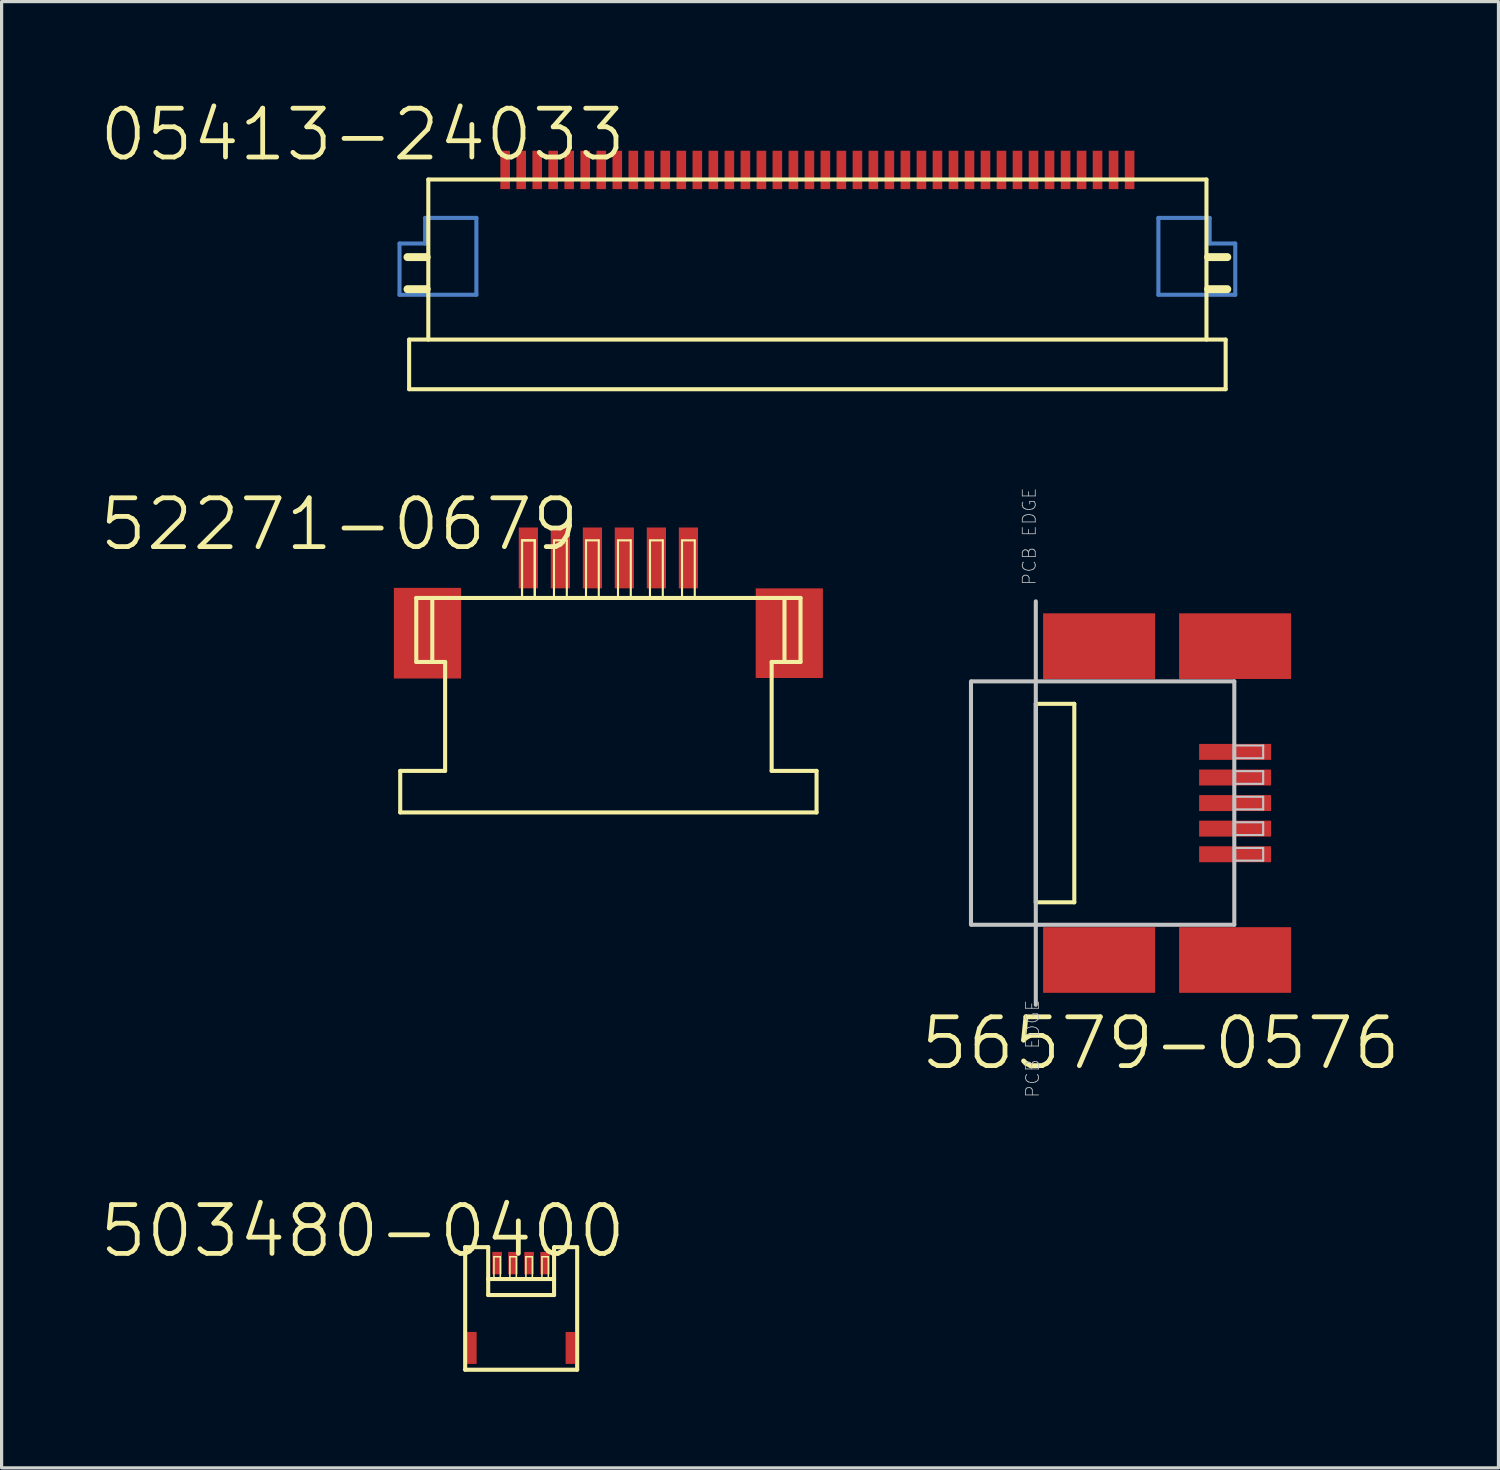
<source format=kicad_pcb>
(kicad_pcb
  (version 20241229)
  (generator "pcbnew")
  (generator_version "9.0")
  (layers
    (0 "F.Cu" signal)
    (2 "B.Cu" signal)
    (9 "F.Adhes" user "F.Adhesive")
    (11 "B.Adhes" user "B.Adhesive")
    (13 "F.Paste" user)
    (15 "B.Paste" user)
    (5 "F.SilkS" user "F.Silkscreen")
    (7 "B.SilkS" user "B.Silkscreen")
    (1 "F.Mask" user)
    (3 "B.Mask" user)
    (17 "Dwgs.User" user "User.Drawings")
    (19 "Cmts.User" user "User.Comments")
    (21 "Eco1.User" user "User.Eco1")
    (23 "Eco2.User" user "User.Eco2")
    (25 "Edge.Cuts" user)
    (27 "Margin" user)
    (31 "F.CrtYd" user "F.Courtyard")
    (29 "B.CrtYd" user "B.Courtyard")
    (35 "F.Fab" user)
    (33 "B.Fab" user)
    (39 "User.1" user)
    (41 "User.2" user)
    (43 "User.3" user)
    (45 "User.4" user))
  (footprint "56579-0576"
    (layer "F.Cu")
    (at 33.393 22.026)
    (property "Reference" "56579-0576" (at -0.2 7.5 0) (layer "F.SilkS") (effects (font (size 1.524 1.524) (thickness 0.15))))
    (attr smd)
    (fp_line (start -4.1 -3.099) (end -2.898 -3.099) (stroke (width 0.127) (type solid)) (layer "F.SilkS"))
    (fp_line (start -4.1 3.099) (end -4.1 -3.099) (stroke (width 0.127) (type solid)) (layer "F.SilkS"))
    (fp_line (start -2.898 -3.099) (end -2.898 3.099) (stroke (width 0.127) (type solid)) (layer "F.SilkS"))
    (fp_line (start -2.898 3.099) (end -4.1 3.099) (stroke (width 0.127) (type solid)) (layer "F.SilkS"))
    (fp_line (start -6.124 -3.8) (end -6.124 3.8) (stroke (width 0.127) (type solid)) (layer "Dwgs.User"))
    (fp_line (start -6.099 -3.8) (end 2.098 -3.8) (stroke (width 0.127) (type solid)) (layer "Dwgs.User"))
    (fp_line (start -4.1 -6.299) (end -4.1 6.299) (stroke (width 0.127) (type solid)) (layer "Dwgs.User"))
    (fp_line (start 2.098 -3.8) (end 2.098 3.8) (stroke (width 0.127) (type solid)) (layer "Dwgs.User"))
    (fp_line (start 2.098 -1.798) (end 3 -1.798) (stroke (width 0.066) (type solid)) (layer "Dwgs.User"))
    (fp_line (start 2.098 -1.4) (end 2.098 -1.798) (stroke (width 0.066) (type solid)) (layer "Dwgs.User"))
    (fp_line (start 2.098 -1.4) (end 3 -1.4) (stroke (width 0.066) (type solid)) (layer "Dwgs.User"))
    (fp_line (start 2.098 -0.998) (end 3 -0.998) (stroke (width 0.066) (type solid)) (layer "Dwgs.User"))
    (fp_line (start 2.098 -0.599) (end 2.098 -0.998) (stroke (width 0.066) (type solid)) (layer "Dwgs.User"))
    (fp_line (start 2.098 -0.599) (end 3 -0.599) (stroke (width 0.066) (type solid)) (layer "Dwgs.User"))
    (fp_line (start 2.098 -0.198) (end 3 -0.198) (stroke (width 0.066) (type solid)) (layer "Dwgs.User"))
    (fp_line (start 2.098 0.198) (end 2.098 -0.198) (stroke (width 0.066) (type solid)) (layer "Dwgs.User"))
    (fp_line (start 2.098 0.198) (end 3 0.198) (stroke (width 0.066) (type solid)) (layer "Dwgs.User"))
    (fp_line (start 2.098 0.599) (end 3 0.599) (stroke (width 0.066) (type solid)) (layer "Dwgs.User"))
    (fp_line (start 2.098 0.998) (end 2.098 0.599) (stroke (width 0.066) (type solid)) (layer "Dwgs.User"))
    (fp_line (start 2.098 0.998) (end 3 0.998) (stroke (width 0.066) (type solid)) (layer "Dwgs.User"))
    (fp_line (start 2.098 1.4) (end 3 1.4) (stroke (width 0.066) (type solid)) (layer "Dwgs.User"))
    (fp_line (start 2.098 1.798) (end 2.098 1.4) (stroke (width 0.066) (type solid)) (layer "Dwgs.User"))
    (fp_line (start 2.098 1.798) (end 3 1.798) (stroke (width 0.066) (type solid)) (layer "Dwgs.User"))
    (fp_line (start 2.098 3.8) (end -6.099 3.8) (stroke (width 0.127) (type solid)) (layer "Dwgs.User"))
    (fp_line (start 3 -1.4) (end 3 -1.798) (stroke (width 0.066) (type solid)) (layer "Dwgs.User"))
    (fp_line (start 3 -0.599) (end 3 -0.998) (stroke (width 0.066) (type solid)) (layer "Dwgs.User"))
    (fp_line (start 3 0.198) (end 3 -0.198) (stroke (width 0.066) (type solid)) (layer "Dwgs.User"))
    (fp_line (start 3 0.998) (end 3 0.599) (stroke (width 0.066) (type solid)) (layer "Dwgs.User"))
    (fp_line (start 3 1.798) (end 3 1.4) (stroke (width 0.066) (type solid)) (layer "Dwgs.User"))
    (fp_text user "PCB EDGE" (at -4.201 7.673 90) (layer "Dwgs.User") (effects (font (size 0.406 0.406) (thickness 0.025))))
    (fp_text user "PCB EDGE" (at -4.303 -8.324 90) (layer "Dwgs.User") (effects (font (size 0.406 0.406) (thickness 0.025))))
    (pad "D+" smd rect (at 2.123 0) (size 2.248 0.498) (layers "F.Cu" "F.Mask" "F.Paste"))
    (pad "D-" smd rect (at 2.123 -0.798) (size 2.248 0.498) (layers "F.Cu" "F.Mask" "F.Paste"))
    (pad "GND" smd rect (at 2.123 1.598) (size 2.248 0.498) (layers "F.Cu" "F.Mask" "F.Paste"))
    (pad "ID" smd rect (at 2.123 0.798) (size 2.248 0.498) (layers "F.Cu" "F.Mask" "F.Paste"))
    (pad "SHLD" smd rect (at -2.123 -4.9) (size 3.498 2.05) (layers "F.Cu" "F.Mask" "F.Paste"))
    (pad "SHLD" smd rect (at -2.123 4.9) (size 3.498 2.05) (layers "F.Cu" "F.Mask" "F.Paste"))
    (pad "SHLD" smd rect (at 2.123 -4.9) (size 3.498 2.05) (layers "F.Cu" "F.Mask" "F.Paste"))
    (pad "SHLD" smd rect (at 2.123 4.9) (size 3.498 2.05) (layers "F.Cu" "F.Mask" "F.Paste"))
    (pad "VBUS" smd rect (at 2.123 -1.598) (size 2.248 0.498) (layers "F.Cu" "F.Mask" "F.Paste")))
  (footprint "52271-0679"
    (layer "F.Cu")
    (at 15.947 15.321)
    (property "Reference" "52271-0679" (at -8.4 -2 0) (layer "F.SilkS") (effects (font (size 1.524 1.524) (thickness 0.15))))
    (attr smd)
    (fp_line (start -6.5 5.7) (end -6.5 6.998) (stroke (width 0.127) (type solid)) (layer "F.SilkS"))
    (fp_line (start -5.999 0.3) (end -5.999 2.299) (stroke (width 0.127) (type solid)) (layer "F.SilkS"))
    (fp_line (start -5.999 2.299) (end -5.499 2.299) (stroke (width 0.127) (type solid)) (layer "F.SilkS"))
    (fp_line (start -5.499 0.3) (end -5.999 0.3) (stroke (width 0.127) (type solid)) (layer "F.SilkS"))
    (fp_line (start -5.499 0.3) (end -5.499 2.299) (stroke (width 0.127) (type solid)) (layer "F.SilkS"))
    (fp_line (start -5.499 0.3) (end 5.499 0.3) (stroke (width 0.127) (type solid)) (layer "F.SilkS"))
    (fp_line (start -5.499 2.299) (end -5.098 2.299) (stroke (width 0.127) (type solid)) (layer "F.SilkS"))
    (fp_line (start -5.098 2.299) (end -5.098 5.7) (stroke (width 0.127) (type solid)) (layer "F.SilkS"))
    (fp_line (start -5.098 5.7) (end -6.5 5.7) (stroke (width 0.127) (type solid)) (layer "F.SilkS"))
    (fp_line (start -2.697 -1.499) (end -2.299 -1.499) (stroke (width 0.066) (type solid)) (layer "F.SilkS"))
    (fp_line (start -2.697 -1.499) (end -2.299 -1.499) (stroke (width 0.066) (type solid)) (layer "F.SilkS"))
    (fp_line (start -2.697 0.3) (end -2.697 -1.499) (stroke (width 0.066) (type solid)) (layer "F.SilkS"))
    (fp_line (start -2.697 0.3) (end -2.697 -1.499) (stroke (width 0.066) (type solid)) (layer "F.SilkS"))
    (fp_line (start -2.697 0.3) (end -2.299 0.3) (stroke (width 0.066) (type solid)) (layer "F.SilkS"))
    (fp_line (start -2.697 0.3) (end -2.299 0.3) (stroke (width 0.066) (type solid)) (layer "F.SilkS"))
    (fp_line (start -2.299 0.3) (end -2.299 -1.499) (stroke (width 0.066) (type solid)) (layer "F.SilkS"))
    (fp_line (start -2.299 0.3) (end -2.299 -1.499) (stroke (width 0.066) (type solid)) (layer "F.SilkS"))
    (fp_line (start -1.699 -1.499) (end -1.298 -1.499) (stroke (width 0.066) (type solid)) (layer "F.SilkS"))
    (fp_line (start -1.699 0.3) (end -1.699 -1.499) (stroke (width 0.066) (type solid)) (layer "F.SilkS"))
    (fp_line (start -1.699 0.3) (end -1.298 0.3) (stroke (width 0.066) (type solid)) (layer "F.SilkS"))
    (fp_line (start -1.298 0.3) (end -1.298 -1.499) (stroke (width 0.066) (type solid)) (layer "F.SilkS"))
    (fp_line (start -0.699 -1.499) (end -0.3 -1.499) (stroke (width 0.066) (type solid)) (layer "F.SilkS"))
    (fp_line (start -0.699 0.3) (end -0.699 -1.499) (stroke (width 0.066) (type solid)) (layer "F.SilkS"))
    (fp_line (start -0.699 0.3) (end -0.3 0.3) (stroke (width 0.066) (type solid)) (layer "F.SilkS"))
    (fp_line (start -0.3 0.3) (end -0.3 -1.499) (stroke (width 0.066) (type solid)) (layer "F.SilkS"))
    (fp_line (start 0.3 -1.499) (end 0.699 -1.499) (stroke (width 0.066) (type solid)) (layer "F.SilkS"))
    (fp_line (start 0.3 0.3) (end 0.3 -1.499) (stroke (width 0.066) (type solid)) (layer "F.SilkS"))
    (fp_line (start 0.3 0.3) (end 0.699 0.3) (stroke (width 0.066) (type solid)) (layer "F.SilkS"))
    (fp_line (start 0.699 0.3) (end 0.699 -1.499) (stroke (width 0.066) (type solid)) (layer "F.SilkS"))
    (fp_line (start 1.298 -1.499) (end 1.699 -1.499) (stroke (width 0.066) (type solid)) (layer "F.SilkS"))
    (fp_line (start 1.298 0.3) (end 1.298 -1.499) (stroke (width 0.066) (type solid)) (layer "F.SilkS"))
    (fp_line (start 1.298 0.3) (end 1.699 0.3) (stroke (width 0.066) (type solid)) (layer "F.SilkS"))
    (fp_line (start 1.699 0.3) (end 1.699 -1.499) (stroke (width 0.066) (type solid)) (layer "F.SilkS"))
    (fp_line (start 2.299 -1.499) (end 2.697 -1.499) (stroke (width 0.066) (type solid)) (layer "F.SilkS"))
    (fp_line (start 2.299 0.3) (end 2.299 -1.499) (stroke (width 0.066) (type solid)) (layer "F.SilkS"))
    (fp_line (start 2.299 0.3) (end 2.697 0.3) (stroke (width 0.066) (type solid)) (layer "F.SilkS"))
    (fp_line (start 2.697 0.3) (end 2.697 -1.499) (stroke (width 0.066) (type solid)) (layer "F.SilkS"))
    (fp_line (start 5.098 2.299) (end 5.098 5.7) (stroke (width 0.127) (type solid)) (layer "F.SilkS"))
    (fp_line (start 5.098 5.7) (end 6.5 5.7) (stroke (width 0.127) (type solid)) (layer "F.SilkS"))
    (fp_line (start 5.499 0.3) (end 5.499 2.299) (stroke (width 0.127) (type solid)) (layer "F.SilkS"))
    (fp_line (start 5.499 0.3) (end 5.999 0.3) (stroke (width 0.127) (type solid)) (layer "F.SilkS"))
    (fp_line (start 5.499 2.299) (end 5.098 2.299) (stroke (width 0.127) (type solid)) (layer "F.SilkS"))
    (fp_line (start 5.999 0.3) (end 5.999 2.299) (stroke (width 0.127) (type solid)) (layer "F.SilkS"))
    (fp_line (start 5.999 2.299) (end 5.499 2.299) (stroke (width 0.127) (type solid)) (layer "F.SilkS"))
    (fp_line (start 6.5 5.7) (end 6.5 6.998) (stroke (width 0.127) (type solid)) (layer "F.SilkS"))
    (fp_line (start 6.5 6.998) (end -6.5 6.998) (stroke (width 0.127) (type solid)) (layer "F.SilkS"))
    (pad "1" smd rect (at -2.499 -0.95) (size 0.599 1.9) (layers "F.Cu" "F.Mask" "F.Paste"))
    (pad "2" smd rect (at -1.499 -0.95) (size 0.599 1.9) (layers "F.Cu" "F.Mask" "F.Paste"))
    (pad "3" smd rect (at -0.498 -0.95) (size 0.599 1.9) (layers "F.Cu" "F.Mask" "F.Paste"))
    (pad "4" smd rect (at 0.498 -0.95) (size 0.599 1.9) (layers "F.Cu" "F.Mask" "F.Paste"))
    (pad "5" smd rect (at 1.499 -0.95) (size 0.599 1.9) (layers "F.Cu" "F.Mask" "F.Paste"))
    (pad "6" smd rect (at 2.499 -0.95) (size 0.599 1.9) (layers "F.Cu" "F.Mask" "F.Paste"))
    (pad "7" smd rect (at -5.649 1.4) (size 2.098 2.83) (layers "F.Cu" "F.Mask" "F.Paste"))
    (pad "8" smd rect (at 5.649 1.4) (size 2.098 2.799) (layers "F.Cu" "F.Mask" "F.Paste")))
  (footprint "503480-0400"
    (layer "F.Cu")
    (at 12.473 36.39)
    (property "Reference" "503480-0400" (at -4.2 -1 0) (layer "F.SilkS") (effects (font (size 1.524 1.524) (thickness 0.15))))
    (attr smd)
    (fp_line (start -0.998 -0.498) (end -0.998 3.33) (stroke (width 0.127) (type solid)) (layer "F.SilkS"))
    (fp_line (start -0.998 3.33) (end 2.499 3.33) (stroke (width 0.127) (type solid)) (layer "F.SilkS"))
    (fp_line (start -0.279 -0.498) (end -0.998 -0.498) (stroke (width 0.127) (type solid)) (layer "F.SilkS"))
    (fp_line (start -0.279 0.498) (end -0.279 -0.498) (stroke (width 0.127) (type solid)) (layer "F.SilkS"))
    (fp_line (start -0.279 0.498) (end -0.279 0.998) (stroke (width 0.127) (type solid)) (layer "F.SilkS"))
    (fp_line (start -0.279 0.998) (end 1.778 0.998) (stroke (width 0.127) (type solid)) (layer "F.SilkS"))
    (fp_line (start -0.099 -0.198) (end 0.099 -0.198) (stroke (width 0.048) (type solid)) (layer "F.SilkS"))
    (fp_line (start -0.099 0.498) (end -0.099 -0.198) (stroke (width 0.048) (type solid)) (layer "F.SilkS"))
    (fp_line (start 0.099 -0.198) (end 0.099 0.498) (stroke (width 0.048) (type solid)) (layer "F.SilkS"))
    (fp_line (start 0.099 0.498) (end -0.099 0.498) (stroke (width 0.048) (type solid)) (layer "F.SilkS"))
    (fp_line (start 0.399 -0.198) (end 0.599 -0.198) (stroke (width 0.048) (type solid)) (layer "F.SilkS"))
    (fp_line (start 0.399 0.498) (end 0.399 -0.198) (stroke (width 0.048) (type solid)) (layer "F.SilkS"))
    (fp_line (start 0.599 -0.198) (end 0.599 0.498) (stroke (width 0.048) (type solid)) (layer "F.SilkS"))
    (fp_line (start 0.599 0.498) (end 0.399 0.498) (stroke (width 0.048) (type solid)) (layer "F.SilkS"))
    (fp_line (start 0.899 -0.198) (end 1.1 -0.198) (stroke (width 0.048) (type solid)) (layer "F.SilkS"))
    (fp_line (start 0.899 0.498) (end 0.899 -0.198) (stroke (width 0.048) (type solid)) (layer "F.SilkS"))
    (fp_line (start 1.1 -0.198) (end 1.1 0.498) (stroke (width 0.048) (type solid)) (layer "F.SilkS"))
    (fp_line (start 1.1 0.498) (end 0.899 0.498) (stroke (width 0.048) (type solid)) (layer "F.SilkS"))
    (fp_line (start 1.4 -0.198) (end 1.598 -0.198) (stroke (width 0.048) (type solid)) (layer "F.SilkS"))
    (fp_line (start 1.4 0.498) (end 1.4 -0.198) (stroke (width 0.048) (type solid)) (layer "F.SilkS"))
    (fp_line (start 1.598 -0.198) (end 1.598 0.498) (stroke (width 0.048) (type solid)) (layer "F.SilkS"))
    (fp_line (start 1.598 0.498) (end 1.4 0.498) (stroke (width 0.048) (type solid)) (layer "F.SilkS"))
    (fp_line (start 1.778 -0.488) (end 1.778 0.498) (stroke (width 0.127) (type solid)) (layer "F.SilkS"))
    (fp_line (start 1.778 0.498) (end -0.279 0.498) (stroke (width 0.127) (type solid)) (layer "F.SilkS"))
    (fp_line (start 1.778 0.998) (end 1.778 0.498) (stroke (width 0.127) (type solid)) (layer "F.SilkS"))
    (fp_line (start 1.788 -0.498) (end 1.788 -0.488) (stroke (width 0.127) (type solid)) (layer "F.SilkS"))
    (fp_line (start 1.788 -0.488) (end 1.778 -0.488) (stroke (width 0.127) (type solid)) (layer "F.SilkS"))
    (fp_line (start 2.499 -0.498) (end 1.788 -0.498) (stroke (width 0.127) (type solid)) (layer "F.SilkS"))
    (fp_line (start 2.499 3.33) (end 2.499 -0.498) (stroke (width 0.127) (type solid)) (layer "F.SilkS"))
    (pad "NC1" smd rect (at -0.79 2.649) (size 0.3 0.998) (layers "F.Cu" "F.Mask" "F.Paste"))
    (pad "NC2" smd rect (at 2.289 2.649) (size 0.3 0.998) (layers "F.Cu" "F.Mask" "F.Paste"))
    (pad "P$1" smd rect (at 0 0) (size 0.3 0.699) (layers "F.Cu" "F.Mask" "F.Paste"))
    (pad "P$2" smd rect (at 0.498 0) (size 0.3 0.699) (layers "F.Cu" "F.Mask" "F.Paste"))
    (pad "P$3" smd rect (at 0.998 0) (size 0.3 0.699) (layers "F.Cu" "F.Mask" "F.Paste"))
    (pad "P$4" smd rect (at 1.499 0) (size 0.3 0.699) (layers "F.Cu" "F.Mask" "F.Paste")))
  (footprint "05413-24033"
    (layer "F.Cu")
    (at 22.473 2.855)
    (property "Reference" "05413-24033" (at -14.2 -1.7 0) (layer "F.SilkS") (effects (font (size 1.524 1.524) (thickness 0.15))))
    (attr smd)
    (fp_line (start -13.048 1.699) (end -12.248 1.699) (stroke (width 0.127) (type solid)) (layer "B.Cu"))
    (fp_line (start -13.048 3.299) (end -13.048 1.699) (stroke (width 0.127) (type solid)) (layer "B.Cu"))
    (fp_line (start -12.248 0.899) (end -10.648 0.899) (stroke (width 0.127) (type solid)) (layer "B.Cu"))
    (fp_line (start -12.248 1.699) (end -12.248 0.899) (stroke (width 0.127) (type solid)) (layer "B.Cu"))
    (fp_line (start -10.648 0.899) (end -10.648 3.299) (stroke (width 0.127) (type solid)) (layer "B.Cu"))
    (fp_line (start -10.648 3.299) (end -13.048 3.299) (stroke (width 0.127) (type solid)) (layer "B.Cu"))
    (fp_line (start 10.648 0.899) (end 10.648 3.299) (stroke (width 0.127) (type solid)) (layer "B.Cu"))
    (fp_line (start 10.648 3.299) (end 13.048 3.299) (stroke (width 0.127) (type solid)) (layer "B.Cu"))
    (fp_line (start 12.248 0.899) (end 10.648 0.899) (stroke (width 0.127) (type solid)) (layer "B.Cu"))
    (fp_line (start 12.248 1.699) (end 12.248 0.899) (stroke (width 0.127) (type solid)) (layer "B.Cu"))
    (fp_line (start 13.048 1.699) (end 12.248 1.699) (stroke (width 0.127) (type solid)) (layer "B.Cu"))
    (fp_line (start 13.048 3.299) (end 13.048 1.699) (stroke (width 0.127) (type solid)) (layer "B.Cu"))
    (fp_line (start -12.748 4.699) (end -12.748 6.248) (stroke (width 0.127) (type solid)) (layer "F.SilkS"))
    (fp_line (start -12.748 6.248) (end 12.748 6.248) (stroke (width 0.127) (type solid)) (layer "F.SilkS"))
    (fp_line (start -12.2 2.123) (end -12.799 2.123) (stroke (width 0.249) (type solid)) (layer "F.SilkS"))
    (fp_line (start -12.2 3.124) (end -12.799 3.124) (stroke (width 0.249) (type solid)) (layer "F.SilkS"))
    (fp_line (start -12.2 4.699) (end -12.748 4.699) (stroke (width 0.127) (type solid)) (layer "F.SilkS"))
    (fp_line (start -12.149 -0.3) (end -12.149 4.699) (stroke (width 0.127) (type solid)) (layer "F.SilkS"))
    (fp_line (start -12.149 -0.3) (end 12.149 -0.3) (stroke (width 0.127) (type solid)) (layer "F.SilkS"))
    (fp_line (start -12.149 4.699) (end 12.149 4.699) (stroke (width 0.127) (type solid)) (layer "F.SilkS"))
    (fp_line (start 12.149 4.699) (end 12.149 -0.3) (stroke (width 0.127) (type solid)) (layer "F.SilkS"))
    (fp_line (start 12.748 4.699) (end 12.2 4.699) (stroke (width 0.127) (type solid)) (layer "F.SilkS"))
    (fp_line (start 12.748 6.248) (end 12.748 4.699) (stroke (width 0.127) (type solid)) (layer "F.SilkS"))
    (fp_line (start 12.799 2.123) (end 12.2 2.123) (stroke (width 0.249) (type solid)) (layer "F.SilkS"))
    (fp_line (start 12.799 3.124) (end 12.2 3.124) (stroke (width 0.249) (type solid)) (layer "F.SilkS"))
    (pad "1" smd rect (at -9.749 -0.599) (size 0.3 1.199) (layers "F.Cu" "F.Mask" "F.Paste"))
    (pad "2" smd rect (at -9.248 -0.599) (size 0.3 1.199) (layers "F.Cu" "F.Mask" "F.Paste"))
    (pad "3" smd rect (at -8.748 -0.599) (size 0.3 1.199) (layers "F.Cu" "F.Mask" "F.Paste"))
    (pad "4" smd rect (at -8.25 -0.599) (size 0.3 1.199) (layers "F.Cu" "F.Mask" "F.Paste"))
    (pad "5" smd rect (at -7.75 -0.599) (size 0.3 1.199) (layers "F.Cu" "F.Mask" "F.Paste"))
    (pad "6" smd rect (at -7.249 -0.599) (size 0.3 1.199) (layers "F.Cu" "F.Mask" "F.Paste"))
    (pad "7" smd rect (at -6.749 -0.599) (size 0.3 1.199) (layers "F.Cu" "F.Mask" "F.Paste"))
    (pad "8" smd rect (at -6.248 -0.599) (size 0.3 1.199) (layers "F.Cu" "F.Mask" "F.Paste"))
    (pad "9" smd rect (at -5.748 -0.599) (size 0.3 1.199) (layers "F.Cu" "F.Mask" "F.Paste"))
    (pad "10" smd rect (at -5.248 -0.599) (size 0.3 1.199) (layers "F.Cu" "F.Mask" "F.Paste"))
    (pad "11" smd rect (at -4.75 -0.599) (size 0.3 1.199) (layers "F.Cu" "F.Mask" "F.Paste"))
    (pad "12" smd rect (at -4.249 -0.599) (size 0.3 1.199) (layers "F.Cu" "F.Mask" "F.Paste"))
    (pad "13" smd rect (at -3.749 -0.599) (size 0.3 1.199) (layers "F.Cu" "F.Mask" "F.Paste"))
    (pad "14" smd rect (at -3.249 -0.599) (size 0.3 1.199) (layers "F.Cu" "F.Mask" "F.Paste"))
    (pad "15" smd rect (at -2.748 -0.599) (size 0.3 1.199) (layers "F.Cu" "F.Mask" "F.Paste"))
    (pad "16" smd rect (at -2.248 -0.599) (size 0.3 1.199) (layers "F.Cu" "F.Mask" "F.Paste"))
    (pad "17" smd rect (at -1.748 -0.599) (size 0.3 1.199) (layers "F.Cu" "F.Mask" "F.Paste"))
    (pad "18" smd rect (at -1.25 -0.599) (size 0.3 1.199) (layers "F.Cu" "F.Mask" "F.Paste"))
    (pad "19" smd rect (at -0.749 -0.599) (size 0.3 1.199) (layers "F.Cu" "F.Mask" "F.Paste"))
    (pad "20" smd rect (at -0.249 -0.599) (size 0.3 1.199) (layers "F.Cu" "F.Mask" "F.Paste"))
    (pad "21" smd rect (at 0.249 -0.599) (size 0.3 1.199) (layers "F.Cu" "F.Mask" "F.Paste"))
    (pad "22" smd rect (at 0.749 -0.599) (size 0.3 1.199) (layers "F.Cu" "F.Mask" "F.Paste"))
    (pad "23" smd rect (at 1.25 -0.599) (size 0.3 1.199) (layers "F.Cu" "F.Mask" "F.Paste"))
    (pad "24" smd rect (at 1.748 -0.599) (size 0.3 1.199) (layers "F.Cu" "F.Mask" "F.Paste"))
    (pad "25" smd rect (at 2.248 -0.599) (size 0.3 1.199) (layers "F.Cu" "F.Mask" "F.Paste"))
    (pad "26" smd rect (at 2.748 -0.599) (size 0.3 1.199) (layers "F.Cu" "F.Mask" "F.Paste"))
    (pad "27" smd rect (at 3.249 -0.599) (size 0.3 1.199) (layers "F.Cu" "F.Mask" "F.Paste"))
    (pad "28" smd rect (at 3.749 -0.599) (size 0.3 1.199) (layers "F.Cu" "F.Mask" "F.Paste"))
    (pad "29" smd rect (at 4.249 -0.599) (size 0.3 1.199) (layers "F.Cu" "F.Mask" "F.Paste"))
    (pad "30" smd rect (at 4.75 -0.599) (size 0.3 1.199) (layers "F.Cu" "F.Mask" "F.Paste"))
    (pad "31" smd rect (at 5.248 -0.599) (size 0.3 1.199) (layers "F.Cu" "F.Mask" "F.Paste"))
    (pad "32" smd rect (at 5.748 -0.599) (size 0.3 1.199) (layers "F.Cu" "F.Mask" "F.Paste"))
    (pad "33" smd rect (at 6.248 -0.599) (size 0.3 1.199) (layers "F.Cu" "F.Mask" "F.Paste"))
    (pad "34" smd rect (at 6.749 -0.599) (size 0.3 1.199) (layers "F.Cu" "F.Mask" "F.Paste"))
    (pad "35" smd rect (at 7.249 -0.599) (size 0.3 1.199) (layers "F.Cu" "F.Mask" "F.Paste"))
    (pad "36" smd rect (at 7.75 -0.599) (size 0.3 1.199) (layers "F.Cu" "F.Mask" "F.Paste"))
    (pad "37" smd rect (at 8.25 -0.599) (size 0.3 1.199) (layers "F.Cu" "F.Mask" "F.Paste"))
    (pad "38" smd rect (at 8.748 -0.599) (size 0.3 1.199) (layers "F.Cu" "F.Mask" "F.Paste"))
    (pad "39" smd rect (at 9.248 -0.599) (size 0.3 1.199) (layers "F.Cu" "F.Mask" "F.Paste"))
    (pad "40" smd rect (at 9.749 -0.599) (size 0.3 1.199) (layers "F.Cu" "F.Mask" "F.Paste")))
  (gr_rect
    (start -3 -3)
    (end 43.74 42.784)
    (stroke (width 0.1) (type default))
    (fill no)
    (layer "Edge.Cuts")))
</source>
